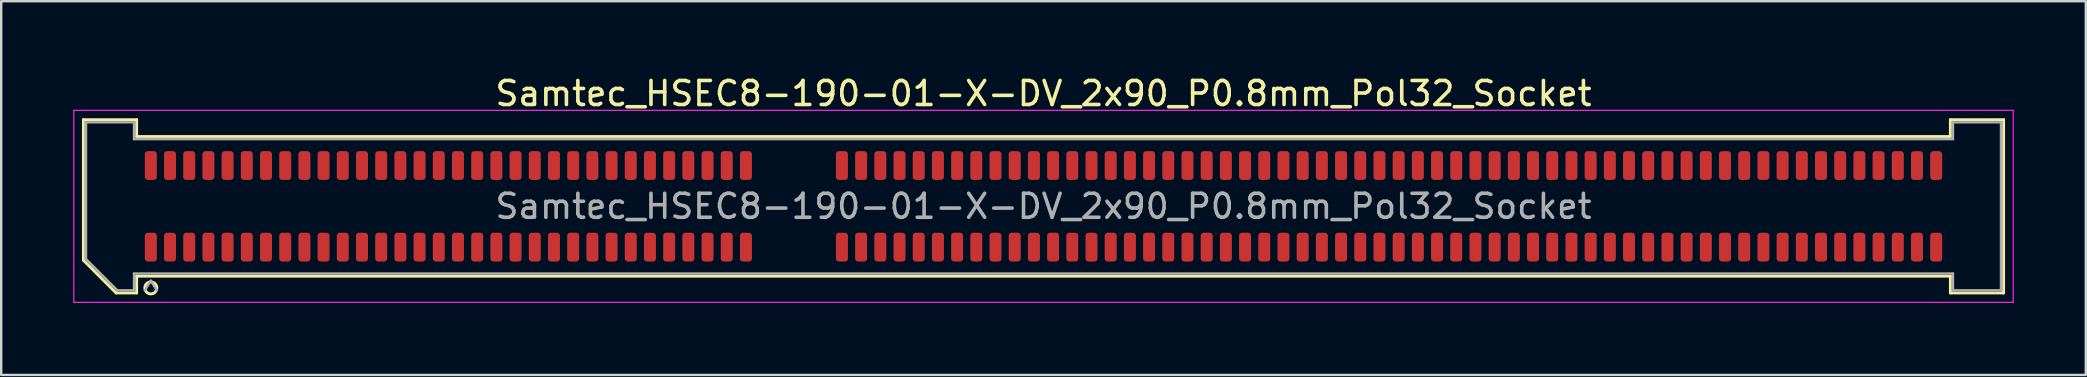
<source format=kicad_pcb>
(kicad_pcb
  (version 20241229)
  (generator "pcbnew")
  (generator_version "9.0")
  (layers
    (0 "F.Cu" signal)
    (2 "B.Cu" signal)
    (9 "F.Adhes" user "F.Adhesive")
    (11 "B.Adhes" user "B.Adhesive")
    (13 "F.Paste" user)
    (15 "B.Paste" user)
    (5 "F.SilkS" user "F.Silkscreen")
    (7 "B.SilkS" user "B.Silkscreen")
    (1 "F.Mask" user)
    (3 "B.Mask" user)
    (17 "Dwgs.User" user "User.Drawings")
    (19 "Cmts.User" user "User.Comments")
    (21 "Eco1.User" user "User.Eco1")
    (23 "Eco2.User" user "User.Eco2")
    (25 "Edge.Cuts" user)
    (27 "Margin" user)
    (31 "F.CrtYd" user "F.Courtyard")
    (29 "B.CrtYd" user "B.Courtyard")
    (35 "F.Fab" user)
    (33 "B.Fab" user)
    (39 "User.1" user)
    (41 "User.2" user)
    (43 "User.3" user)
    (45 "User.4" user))
  (footprint "Samtec_HSEC8-190-01-X-DV_2x90_P0.8mm_Pol32_Socket"
    (layer "F.Cu")
    (at 40.435 5.548)
    (property "Reference" "Samtec_HSEC8-190-01-X-DV_2x90_P0.8mm_Pol32_Socket" (at 0 -4.7 0) (layer "F.SilkS") (effects (font (size 1 1) (thickness 0.15))))
    (attr smd)
    (fp_line (start -40.01 -3.61) (end -37.79 -3.61) (stroke (width 0.12) (type solid)) (layer "F.SilkS"))
    (fp_line (start -40.01 2.246) (end -40.01 -3.61) (stroke (width 0.12) (type solid)) (layer "F.SilkS"))
    (fp_line (start -38.646 3.61) (end -40.01 2.246) (stroke (width 0.12) (type solid)) (layer "F.SilkS"))
    (fp_line (start -37.79 -3.61) (end -37.79 -2.91) (stroke (width 0.12) (type solid)) (layer "F.SilkS"))
    (fp_line (start -37.79 -2.91) (end 37.79 -2.91) (stroke (width 0.12) (type solid)) (layer "F.SilkS"))
    (fp_line (start -37.79 2.91) (end -37.79 3.61) (stroke (width 0.12) (type solid)) (layer "F.SilkS"))
    (fp_line (start -37.79 3.61) (end -38.646 3.61) (stroke (width 0.12) (type solid)) (layer "F.SilkS"))
    (fp_line (start 37.79 -3.61) (end 40.01 -3.61) (stroke (width 0.12) (type solid)) (layer "F.SilkS"))
    (fp_line (start 37.79 -2.91) (end 37.79 -3.61) (stroke (width 0.12) (type solid)) (layer "F.SilkS"))
    (fp_line (start 37.79 2.91) (end -37.79 2.91) (stroke (width 0.12) (type solid)) (layer "F.SilkS"))
    (fp_line (start 37.79 3.61) (end 37.79 2.91) (stroke (width 0.12) (type solid)) (layer "F.SilkS"))
    (fp_line (start 40.01 -3.61) (end 40.01 3.61) (stroke (width 0.12) (type solid)) (layer "F.SilkS"))
    (fp_line (start 40.01 3.61) (end 37.79 3.61) (stroke (width 0.12) (type solid)) (layer "F.SilkS"))
    (fp_arc (start -36.95 3.4) (mid -37.45 3.4) (end -36.95 3.4) (stroke (width 0.12) (type solid)) (layer "F.SilkS"))
    (fp_line (start -40.41 -4) (end -40.41 4) (stroke (width 0.05) (type solid)) (layer "F.CrtYd"))
    (fp_line (start -40.41 4) (end 40.41 4) (stroke (width 0.05) (type solid)) (layer "F.CrtYd"))
    (fp_line (start 40.41 -4) (end -40.41 -4) (stroke (width 0.05) (type solid)) (layer "F.CrtYd"))
    (fp_line (start 40.41 4) (end 40.41 -4) (stroke (width 0.05) (type solid)) (layer "F.CrtYd"))
    (fp_line (start -39.9 -3.5) (end -37.9 -3.5) (stroke (width 0.1) (type solid)) (layer "F.Fab"))
    (fp_line (start -39.9 2.2) (end -39.9 -3.5) (stroke (width 0.1) (type solid)) (layer "F.Fab"))
    (fp_line (start -38.6 3.5) (end -39.9 2.2) (stroke (width 0.1) (type solid)) (layer "F.Fab"))
    (fp_line (start -37.9 -3.5) (end -37.9 -2.8) (stroke (width 0.1) (type solid)) (layer "F.Fab"))
    (fp_line (start -37.9 -2.8) (end 37.9 -2.8) (stroke (width 0.1) (type solid)) (layer "F.Fab"))
    (fp_line (start -37.9 2.8) (end -37.9 3.5) (stroke (width 0.1) (type solid)) (layer "F.Fab"))
    (fp_line (start -37.9 3.5) (end -38.6 3.5) (stroke (width 0.1) (type solid)) (layer "F.Fab"))
    (fp_line (start -37.2 3.1) (end -37.45 3.5) (stroke (width 0.1) (type solid)) (layer "F.Fab"))
    (fp_line (start -37.2 3.1) (end -36.95 3.5) (stroke (width 0.1) (type solid)) (layer "F.Fab"))
    (fp_line (start 37.9 -3.5) (end 39.9 -3.5) (stroke (width 0.1) (type solid)) (layer "F.Fab"))
    (fp_line (start 37.9 -2.8) (end 37.9 -3.5) (stroke (width 0.1) (type solid)) (layer "F.Fab"))
    (fp_line (start 37.9 2.8) (end -37.9 2.8) (stroke (width 0.1) (type solid)) (layer "F.Fab"))
    (fp_line (start 37.9 3.5) (end 37.9 2.8) (stroke (width 0.1) (type solid)) (layer "F.Fab"))
    (fp_line (start 39.9 -3.5) (end 39.9 3.5) (stroke (width 0.1) (type solid)) (layer "F.Fab"))
    (fp_line (start 39.9 3.5) (end 37.9 3.5) (stroke (width 0.1) (type solid)) (layer "F.Fab"))
    (fp_text user "${REFERENCE}" (at 0 0 0) (layer "F.Fab") (effects (font (size 1 1) (thickness 0.15))))
    (pad "1" smd roundrect (at -37.2 1.7) (size 0.5 1.2) (layers "F.Cu" "F.Mask" "F.Paste") (roundrect_rratio 0.25))
    (pad "2" smd roundrect (at -37.2 -1.7) (size 0.5 1.2) (layers "F.Cu" "F.Mask" "F.Paste") (roundrect_rratio 0.25))
    (pad "3" smd roundrect (at -36.4 1.7) (size 0.5 1.2) (layers "F.Cu" "F.Mask" "F.Paste") (roundrect_rratio 0.25))
    (pad "4" smd roundrect (at -36.4 -1.7) (size 0.5 1.2) (layers "F.Cu" "F.Mask" "F.Paste") (roundrect_rratio 0.25))
    (pad "5" smd roundrect (at -35.6 1.7) (size 0.5 1.2) (layers "F.Cu" "F.Mask" "F.Paste") (roundrect_rratio 0.25))
    (pad "6" smd roundrect (at -35.6 -1.7) (size 0.5 1.2) (layers "F.Cu" "F.Mask" "F.Paste") (roundrect_rratio 0.25))
    (pad "7" smd roundrect (at -34.8 1.7) (size 0.5 1.2) (layers "F.Cu" "F.Mask" "F.Paste") (roundrect_rratio 0.25))
    (pad "8" smd roundrect (at -34.8 -1.7) (size 0.5 1.2) (layers "F.Cu" "F.Mask" "F.Paste") (roundrect_rratio 0.25))
    (pad "9" smd roundrect (at -34 1.7) (size 0.5 1.2) (layers "F.Cu" "F.Mask" "F.Paste") (roundrect_rratio 0.25))
    (pad "10" smd roundrect (at -34 -1.7) (size 0.5 1.2) (layers "F.Cu" "F.Mask" "F.Paste") (roundrect_rratio 0.25))
    (pad "11" smd roundrect (at -33.2 1.7) (size 0.5 1.2) (layers "F.Cu" "F.Mask" "F.Paste") (roundrect_rratio 0.25))
    (pad "12" smd roundrect (at -33.2 -1.7) (size 0.5 1.2) (layers "F.Cu" "F.Mask" "F.Paste") (roundrect_rratio 0.25))
    (pad "13" smd roundrect (at -32.4 1.7) (size 0.5 1.2) (layers "F.Cu" "F.Mask" "F.Paste") (roundrect_rratio 0.25))
    (pad "14" smd roundrect (at -32.4 -1.7) (size 0.5 1.2) (layers "F.Cu" "F.Mask" "F.Paste") (roundrect_rratio 0.25))
    (pad "15" smd roundrect (at -31.6 1.7) (size 0.5 1.2) (layers "F.Cu" "F.Mask" "F.Paste") (roundrect_rratio 0.25))
    (pad "16" smd roundrect (at -31.6 -1.7) (size 0.5 1.2) (layers "F.Cu" "F.Mask" "F.Paste") (roundrect_rratio 0.25))
    (pad "17" smd roundrect (at -30.8 1.7) (size 0.5 1.2) (layers "F.Cu" "F.Mask" "F.Paste") (roundrect_rratio 0.25))
    (pad "18" smd roundrect (at -30.8 -1.7) (size 0.5 1.2) (layers "F.Cu" "F.Mask" "F.Paste") (roundrect_rratio 0.25))
    (pad "19" smd roundrect (at -30 1.7) (size 0.5 1.2) (layers "F.Cu" "F.Mask" "F.Paste") (roundrect_rratio 0.25))
    (pad "20" smd roundrect (at -30 -1.7) (size 0.5 1.2) (layers "F.Cu" "F.Mask" "F.Paste") (roundrect_rratio 0.25))
    (pad "21" smd roundrect (at -29.2 1.7) (size 0.5 1.2) (layers "F.Cu" "F.Mask" "F.Paste") (roundrect_rratio 0.25))
    (pad "22" smd roundrect (at -29.2 -1.7) (size 0.5 1.2) (layers "F.Cu" "F.Mask" "F.Paste") (roundrect_rratio 0.25))
    (pad "23" smd roundrect (at -28.4 1.7) (size 0.5 1.2) (layers "F.Cu" "F.Mask" "F.Paste") (roundrect_rratio 0.25))
    (pad "24" smd roundrect (at -28.4 -1.7) (size 0.5 1.2) (layers "F.Cu" "F.Mask" "F.Paste") (roundrect_rratio 0.25))
    (pad "25" smd roundrect (at -27.6 1.7) (size 0.5 1.2) (layers "F.Cu" "F.Mask" "F.Paste") (roundrect_rratio 0.25))
    (pad "26" smd roundrect (at -27.6 -1.7) (size 0.5 1.2) (layers "F.Cu" "F.Mask" "F.Paste") (roundrect_rratio 0.25))
    (pad "27" smd roundrect (at -26.8 1.7) (size 0.5 1.2) (layers "F.Cu" "F.Mask" "F.Paste") (roundrect_rratio 0.25))
    (pad "28" smd roundrect (at -26.8 -1.7) (size 0.5 1.2) (layers "F.Cu" "F.Mask" "F.Paste") (roundrect_rratio 0.25))
    (pad "29" smd roundrect (at -26 1.7) (size 0.5 1.2) (layers "F.Cu" "F.Mask" "F.Paste") (roundrect_rratio 0.25))
    (pad "30" smd roundrect (at -26 -1.7) (size 0.5 1.2) (layers "F.Cu" "F.Mask" "F.Paste") (roundrect_rratio 0.25))
    (pad "31" smd roundrect (at -25.2 1.7) (size 0.5 1.2) (layers "F.Cu" "F.Mask" "F.Paste") (roundrect_rratio 0.25))
    (pad "32" smd roundrect (at -25.2 -1.7) (size 0.5 1.2) (layers "F.Cu" "F.Mask" "F.Paste") (roundrect_rratio 0.25))
    (pad "33" smd roundrect (at -24.4 1.7) (size 0.5 1.2) (layers "F.Cu" "F.Mask" "F.Paste") (roundrect_rratio 0.25))
    (pad "34" smd roundrect (at -24.4 -1.7) (size 0.5 1.2) (layers "F.Cu" "F.Mask" "F.Paste") (roundrect_rratio 0.25))
    (pad "35" smd roundrect (at -23.6 1.7) (size 0.5 1.2) (layers "F.Cu" "F.Mask" "F.Paste") (roundrect_rratio 0.25))
    (pad "36" smd roundrect (at -23.6 -1.7) (size 0.5 1.2) (layers "F.Cu" "F.Mask" "F.Paste") (roundrect_rratio 0.25))
    (pad "37" smd roundrect (at -22.8 1.7) (size 0.5 1.2) (layers "F.Cu" "F.Mask" "F.Paste") (roundrect_rratio 0.25))
    (pad "38" smd roundrect (at -22.8 -1.7) (size 0.5 1.2) (layers "F.Cu" "F.Mask" "F.Paste") (roundrect_rratio 0.25))
    (pad "39" smd roundrect (at -22 1.7) (size 0.5 1.2) (layers "F.Cu" "F.Mask" "F.Paste") (roundrect_rratio 0.25))
    (pad "40" smd roundrect (at -22 -1.7) (size 0.5 1.2) (layers "F.Cu" "F.Mask" "F.Paste") (roundrect_rratio 0.25))
    (pad "41" smd roundrect (at -21.2 1.7) (size 0.5 1.2) (layers "F.Cu" "F.Mask" "F.Paste") (roundrect_rratio 0.25))
    (pad "42" smd roundrect (at -21.2 -1.7) (size 0.5 1.2) (layers "F.Cu" "F.Mask" "F.Paste") (roundrect_rratio 0.25))
    (pad "43" smd roundrect (at -20.4 1.7) (size 0.5 1.2) (layers "F.Cu" "F.Mask" "F.Paste") (roundrect_rratio 0.25))
    (pad "44" smd roundrect (at -20.4 -1.7) (size 0.5 1.2) (layers "F.Cu" "F.Mask" "F.Paste") (roundrect_rratio 0.25))
    (pad "45" smd roundrect (at -19.6 1.7) (size 0.5 1.2) (layers "F.Cu" "F.Mask" "F.Paste") (roundrect_rratio 0.25))
    (pad "46" smd roundrect (at -19.6 -1.7) (size 0.5 1.2) (layers "F.Cu" "F.Mask" "F.Paste") (roundrect_rratio 0.25))
    (pad "47" smd roundrect (at -18.8 1.7) (size 0.5 1.2) (layers "F.Cu" "F.Mask" "F.Paste") (roundrect_rratio 0.25))
    (pad "48" smd roundrect (at -18.8 -1.7) (size 0.5 1.2) (layers "F.Cu" "F.Mask" "F.Paste") (roundrect_rratio 0.25))
    (pad "49" smd roundrect (at -18 1.7) (size 0.5 1.2) (layers "F.Cu" "F.Mask" "F.Paste") (roundrect_rratio 0.25))
    (pad "50" smd roundrect (at -18 -1.7) (size 0.5 1.2) (layers "F.Cu" "F.Mask" "F.Paste") (roundrect_rratio 0.25))
    (pad "51" smd roundrect (at -17.2 1.7) (size 0.5 1.2) (layers "F.Cu" "F.Mask" "F.Paste") (roundrect_rratio 0.25))
    (pad "52" smd roundrect (at -17.2 -1.7) (size 0.5 1.2) (layers "F.Cu" "F.Mask" "F.Paste") (roundrect_rratio 0.25))
    (pad "53" smd roundrect (at -16.4 1.7) (size 0.5 1.2) (layers "F.Cu" "F.Mask" "F.Paste") (roundrect_rratio 0.25))
    (pad "54" smd roundrect (at -16.4 -1.7) (size 0.5 1.2) (layers "F.Cu" "F.Mask" "F.Paste") (roundrect_rratio 0.25))
    (pad "55" smd roundrect (at -15.6 1.7) (size 0.5 1.2) (layers "F.Cu" "F.Mask" "F.Paste") (roundrect_rratio 0.25))
    (pad "56" smd roundrect (at -15.6 -1.7) (size 0.5 1.2) (layers "F.Cu" "F.Mask" "F.Paste") (roundrect_rratio 0.25))
    (pad "57" smd roundrect (at -14.8 1.7) (size 0.5 1.2) (layers "F.Cu" "F.Mask" "F.Paste") (roundrect_rratio 0.25))
    (pad "58" smd roundrect (at -14.8 -1.7) (size 0.5 1.2) (layers "F.Cu" "F.Mask" "F.Paste") (roundrect_rratio 0.25))
    (pad "59" smd roundrect (at -14 1.7) (size 0.5 1.2) (layers "F.Cu" "F.Mask" "F.Paste") (roundrect_rratio 0.25))
    (pad "60" smd roundrect (at -14 -1.7) (size 0.5 1.2) (layers "F.Cu" "F.Mask" "F.Paste") (roundrect_rratio 0.25))
    (pad "61" smd roundrect (at -13.2 1.7) (size 0.5 1.2) (layers "F.Cu" "F.Mask" "F.Paste") (roundrect_rratio 0.25))
    (pad "62" smd roundrect (at -13.2 -1.7) (size 0.5 1.2) (layers "F.Cu" "F.Mask" "F.Paste") (roundrect_rratio 0.25))
    (pad "63" smd roundrect (at -12.4 1.7) (size 0.5 1.2) (layers "F.Cu" "F.Mask" "F.Paste") (roundrect_rratio 0.25))
    (pad "64" smd roundrect (at -12.4 -1.7) (size 0.5 1.2) (layers "F.Cu" "F.Mask" "F.Paste") (roundrect_rratio 0.25))
    (pad "65" smd roundrect (at -8.4 1.7) (size 0.5 1.2) (layers "F.Cu" "F.Mask" "F.Paste") (roundrect_rratio 0.25))
    (pad "66" smd roundrect (at -8.4 -1.7) (size 0.5 1.2) (layers "F.Cu" "F.Mask" "F.Paste") (roundrect_rratio 0.25))
    (pad "67" smd roundrect (at -7.6 1.7) (size 0.5 1.2) (layers "F.Cu" "F.Mask" "F.Paste") (roundrect_rratio 0.25))
    (pad "68" smd roundrect (at -7.6 -1.7) (size 0.5 1.2) (layers "F.Cu" "F.Mask" "F.Paste") (roundrect_rratio 0.25))
    (pad "69" smd roundrect (at -6.8 1.7) (size 0.5 1.2) (layers "F.Cu" "F.Mask" "F.Paste") (roundrect_rratio 0.25))
    (pad "70" smd roundrect (at -6.8 -1.7) (size 0.5 1.2) (layers "F.Cu" "F.Mask" "F.Paste") (roundrect_rratio 0.25))
    (pad "71" smd roundrect (at -6 1.7) (size 0.5 1.2) (layers "F.Cu" "F.Mask" "F.Paste") (roundrect_rratio 0.25))
    (pad "72" smd roundrect (at -6 -1.7) (size 0.5 1.2) (layers "F.Cu" "F.Mask" "F.Paste") (roundrect_rratio 0.25))
    (pad "73" smd roundrect (at -5.2 1.7) (size 0.5 1.2) (layers "F.Cu" "F.Mask" "F.Paste") (roundrect_rratio 0.25))
    (pad "74" smd roundrect (at -5.2 -1.7) (size 0.5 1.2) (layers "F.Cu" "F.Mask" "F.Paste") (roundrect_rratio 0.25))
    (pad "75" smd roundrect (at -4.4 1.7) (size 0.5 1.2) (layers "F.Cu" "F.Mask" "F.Paste") (roundrect_rratio 0.25))
    (pad "76" smd roundrect (at -4.4 -1.7) (size 0.5 1.2) (layers "F.Cu" "F.Mask" "F.Paste") (roundrect_rratio 0.25))
    (pad "77" smd roundrect (at -3.6 1.7) (size 0.5 1.2) (layers "F.Cu" "F.Mask" "F.Paste") (roundrect_rratio 0.25))
    (pad "78" smd roundrect (at -3.6 -1.7) (size 0.5 1.2) (layers "F.Cu" "F.Mask" "F.Paste") (roundrect_rratio 0.25))
    (pad "79" smd roundrect (at -2.8 1.7) (size 0.5 1.2) (layers "F.Cu" "F.Mask" "F.Paste") (roundrect_rratio 0.25))
    (pad "80" smd roundrect (at -2.8 -1.7) (size 0.5 1.2) (layers "F.Cu" "F.Mask" "F.Paste") (roundrect_rratio 0.25))
    (pad "81" smd roundrect (at -2 1.7) (size 0.5 1.2) (layers "F.Cu" "F.Mask" "F.Paste") (roundrect_rratio 0.25))
    (pad "82" smd roundrect (at -2 -1.7) (size 0.5 1.2) (layers "F.Cu" "F.Mask" "F.Paste") (roundrect_rratio 0.25))
    (pad "83" smd roundrect (at -1.2 1.7) (size 0.5 1.2) (layers "F.Cu" "F.Mask" "F.Paste") (roundrect_rratio 0.25))
    (pad "84" smd roundrect (at -1.2 -1.7) (size 0.5 1.2) (layers "F.Cu" "F.Mask" "F.Paste") (roundrect_rratio 0.25))
    (pad "85" smd roundrect (at -0.4 1.7) (size 0.5 1.2) (layers "F.Cu" "F.Mask" "F.Paste") (roundrect_rratio 0.25))
    (pad "86" smd roundrect (at -0.4 -1.7) (size 0.5 1.2) (layers "F.Cu" "F.Mask" "F.Paste") (roundrect_rratio 0.25))
    (pad "87" smd roundrect (at 0.4 1.7) (size 0.5 1.2) (layers "F.Cu" "F.Mask" "F.Paste") (roundrect_rratio 0.25))
    (pad "88" smd roundrect (at 0.4 -1.7) (size 0.5 1.2) (layers "F.Cu" "F.Mask" "F.Paste") (roundrect_rratio 0.25))
    (pad "89" smd roundrect (at 1.2 1.7) (size 0.5 1.2) (layers "F.Cu" "F.Mask" "F.Paste") (roundrect_rratio 0.25))
    (pad "90" smd roundrect (at 1.2 -1.7) (size 0.5 1.2) (layers "F.Cu" "F.Mask" "F.Paste") (roundrect_rratio 0.25))
    (pad "91" smd roundrect (at 2 1.7) (size 0.5 1.2) (layers "F.Cu" "F.Mask" "F.Paste") (roundrect_rratio 0.25))
    (pad "92" smd roundrect (at 2 -1.7) (size 0.5 1.2) (layers "F.Cu" "F.Mask" "F.Paste") (roundrect_rratio 0.25))
    (pad "93" smd roundrect (at 2.8 1.7) (size 0.5 1.2) (layers "F.Cu" "F.Mask" "F.Paste") (roundrect_rratio 0.25))
    (pad "94" smd roundrect (at 2.8 -1.7) (size 0.5 1.2) (layers "F.Cu" "F.Mask" "F.Paste") (roundrect_rratio 0.25))
    (pad "95" smd roundrect (at 3.6 1.7) (size 0.5 1.2) (layers "F.Cu" "F.Mask" "F.Paste") (roundrect_rratio 0.25))
    (pad "96" smd roundrect (at 3.6 -1.7) (size 0.5 1.2) (layers "F.Cu" "F.Mask" "F.Paste") (roundrect_rratio 0.25))
    (pad "97" smd roundrect (at 4.4 1.7) (size 0.5 1.2) (layers "F.Cu" "F.Mask" "F.Paste") (roundrect_rratio 0.25))
    (pad "98" smd roundrect (at 4.4 -1.7) (size 0.5 1.2) (layers "F.Cu" "F.Mask" "F.Paste") (roundrect_rratio 0.25))
    (pad "99" smd roundrect (at 5.2 1.7) (size 0.5 1.2) (layers "F.Cu" "F.Mask" "F.Paste") (roundrect_rratio 0.25))
    (pad "100" smd roundrect (at 5.2 -1.7) (size 0.5 1.2) (layers "F.Cu" "F.Mask" "F.Paste") (roundrect_rratio 0.25))
    (pad "101" smd roundrect (at 6 1.7) (size 0.5 1.2) (layers "F.Cu" "F.Mask" "F.Paste") (roundrect_rratio 0.25))
    (pad "102" smd roundrect (at 6 -1.7) (size 0.5 1.2) (layers "F.Cu" "F.Mask" "F.Paste") (roundrect_rratio 0.25))
    (pad "103" smd roundrect (at 6.8 1.7) (size 0.5 1.2) (layers "F.Cu" "F.Mask" "F.Paste") (roundrect_rratio 0.25))
    (pad "104" smd roundrect (at 6.8 -1.7) (size 0.5 1.2) (layers "F.Cu" "F.Mask" "F.Paste") (roundrect_rratio 0.25))
    (pad "105" smd roundrect (at 7.6 1.7) (size 0.5 1.2) (layers "F.Cu" "F.Mask" "F.Paste") (roundrect_rratio 0.25))
    (pad "106" smd roundrect (at 7.6 -1.7) (size 0.5 1.2) (layers "F.Cu" "F.Mask" "F.Paste") (roundrect_rratio 0.25))
    (pad "107" smd roundrect (at 8.4 1.7) (size 0.5 1.2) (layers "F.Cu" "F.Mask" "F.Paste") (roundrect_rratio 0.25))
    (pad "108" smd roundrect (at 8.4 -1.7) (size 0.5 1.2) (layers "F.Cu" "F.Mask" "F.Paste") (roundrect_rratio 0.25))
    (pad "109" smd roundrect (at 9.2 1.7) (size 0.5 1.2) (layers "F.Cu" "F.Mask" "F.Paste") (roundrect_rratio 0.25))
    (pad "110" smd roundrect (at 9.2 -1.7) (size 0.5 1.2) (layers "F.Cu" "F.Mask" "F.Paste") (roundrect_rratio 0.25))
    (pad "111" smd roundrect (at 10 1.7) (size 0.5 1.2) (layers "F.Cu" "F.Mask" "F.Paste") (roundrect_rratio 0.25))
    (pad "112" smd roundrect (at 10 -1.7) (size 0.5 1.2) (layers "F.Cu" "F.Mask" "F.Paste") (roundrect_rratio 0.25))
    (pad "113" smd roundrect (at 10.8 1.7) (size 0.5 1.2) (layers "F.Cu" "F.Mask" "F.Paste") (roundrect_rratio 0.25))
    (pad "114" smd roundrect (at 10.8 -1.7) (size 0.5 1.2) (layers "F.Cu" "F.Mask" "F.Paste") (roundrect_rratio 0.25))
    (pad "115" smd roundrect (at 11.6 1.7) (size 0.5 1.2) (layers "F.Cu" "F.Mask" "F.Paste") (roundrect_rratio 0.25))
    (pad "116" smd roundrect (at 11.6 -1.7) (size 0.5 1.2) (layers "F.Cu" "F.Mask" "F.Paste") (roundrect_rratio 0.25))
    (pad "117" smd roundrect (at 12.4 1.7) (size 0.5 1.2) (layers "F.Cu" "F.Mask" "F.Paste") (roundrect_rratio 0.25))
    (pad "118" smd roundrect (at 12.4 -1.7) (size 0.5 1.2) (layers "F.Cu" "F.Mask" "F.Paste") (roundrect_rratio 0.25))
    (pad "119" smd roundrect (at 13.2 1.7) (size 0.5 1.2) (layers "F.Cu" "F.Mask" "F.Paste") (roundrect_rratio 0.25))
    (pad "120" smd roundrect (at 13.2 -1.7) (size 0.5 1.2) (layers "F.Cu" "F.Mask" "F.Paste") (roundrect_rratio 0.25))
    (pad "121" smd roundrect (at 14 1.7) (size 0.5 1.2) (layers "F.Cu" "F.Mask" "F.Paste") (roundrect_rratio 0.25))
    (pad "122" smd roundrect (at 14 -1.7) (size 0.5 1.2) (layers "F.Cu" "F.Mask" "F.Paste") (roundrect_rratio 0.25))
    (pad "123" smd roundrect (at 14.8 1.7) (size 0.5 1.2) (layers "F.Cu" "F.Mask" "F.Paste") (roundrect_rratio 0.25))
    (pad "124" smd roundrect (at 14.8 -1.7) (size 0.5 1.2) (layers "F.Cu" "F.Mask" "F.Paste") (roundrect_rratio 0.25))
    (pad "125" smd roundrect (at 15.6 1.7) (size 0.5 1.2) (layers "F.Cu" "F.Mask" "F.Paste") (roundrect_rratio 0.25))
    (pad "126" smd roundrect (at 15.6 -1.7) (size 0.5 1.2) (layers "F.Cu" "F.Mask" "F.Paste") (roundrect_rratio 0.25))
    (pad "127" smd roundrect (at 16.4 1.7) (size 0.5 1.2) (layers "F.Cu" "F.Mask" "F.Paste") (roundrect_rratio 0.25))
    (pad "128" smd roundrect (at 16.4 -1.7) (size 0.5 1.2) (layers "F.Cu" "F.Mask" "F.Paste") (roundrect_rratio 0.25))
    (pad "129" smd roundrect (at 17.2 1.7) (size 0.5 1.2) (layers "F.Cu" "F.Mask" "F.Paste") (roundrect_rratio 0.25))
    (pad "130" smd roundrect (at 17.2 -1.7) (size 0.5 1.2) (layers "F.Cu" "F.Mask" "F.Paste") (roundrect_rratio 0.25))
    (pad "131" smd roundrect (at 18 1.7) (size 0.5 1.2) (layers "F.Cu" "F.Mask" "F.Paste") (roundrect_rratio 0.25))
    (pad "132" smd roundrect (at 18 -1.7) (size 0.5 1.2) (layers "F.Cu" "F.Mask" "F.Paste") (roundrect_rratio 0.25))
    (pad "133" smd roundrect (at 18.8 1.7) (size 0.5 1.2) (layers "F.Cu" "F.Mask" "F.Paste") (roundrect_rratio 0.25))
    (pad "134" smd roundrect (at 18.8 -1.7) (size 0.5 1.2) (layers "F.Cu" "F.Mask" "F.Paste") (roundrect_rratio 0.25))
    (pad "135" smd roundrect (at 19.6 1.7) (size 0.5 1.2) (layers "F.Cu" "F.Mask" "F.Paste") (roundrect_rratio 0.25))
    (pad "136" smd roundrect (at 19.6 -1.7) (size 0.5 1.2) (layers "F.Cu" "F.Mask" "F.Paste") (roundrect_rratio 0.25))
    (pad "137" smd roundrect (at 20.4 1.7) (size 0.5 1.2) (layers "F.Cu" "F.Mask" "F.Paste") (roundrect_rratio 0.25))
    (pad "138" smd roundrect (at 20.4 -1.7) (size 0.5 1.2) (layers "F.Cu" "F.Mask" "F.Paste") (roundrect_rratio 0.25))
    (pad "139" smd roundrect (at 21.2 1.7) (size 0.5 1.2) (layers "F.Cu" "F.Mask" "F.Paste") (roundrect_rratio 0.25))
    (pad "140" smd roundrect (at 21.2 -1.7) (size 0.5 1.2) (layers "F.Cu" "F.Mask" "F.Paste") (roundrect_rratio 0.25))
    (pad "141" smd roundrect (at 22 1.7) (size 0.5 1.2) (layers "F.Cu" "F.Mask" "F.Paste") (roundrect_rratio 0.25))
    (pad "142" smd roundrect (at 22 -1.7) (size 0.5 1.2) (layers "F.Cu" "F.Mask" "F.Paste") (roundrect_rratio 0.25))
    (pad "143" smd roundrect (at 22.8 1.7) (size 0.5 1.2) (layers "F.Cu" "F.Mask" "F.Paste") (roundrect_rratio 0.25))
    (pad "144" smd roundrect (at 22.8 -1.7) (size 0.5 1.2) (layers "F.Cu" "F.Mask" "F.Paste") (roundrect_rratio 0.25))
    (pad "145" smd roundrect (at 23.6 1.7) (size 0.5 1.2) (layers "F.Cu" "F.Mask" "F.Paste") (roundrect_rratio 0.25))
    (pad "146" smd roundrect (at 23.6 -1.7) (size 0.5 1.2) (layers "F.Cu" "F.Mask" "F.Paste") (roundrect_rratio 0.25))
    (pad "147" smd roundrect (at 24.4 1.7) (size 0.5 1.2) (layers "F.Cu" "F.Mask" "F.Paste") (roundrect_rratio 0.25))
    (pad "148" smd roundrect (at 24.4 -1.7) (size 0.5 1.2) (layers "F.Cu" "F.Mask" "F.Paste") (roundrect_rratio 0.25))
    (pad "149" smd roundrect (at 25.2 1.7) (size 0.5 1.2) (layers "F.Cu" "F.Mask" "F.Paste") (roundrect_rratio 0.25))
    (pad "150" smd roundrect (at 25.2 -1.7) (size 0.5 1.2) (layers "F.Cu" "F.Mask" "F.Paste") (roundrect_rratio 0.25))
    (pad "151" smd roundrect (at 26 1.7) (size 0.5 1.2) (layers "F.Cu" "F.Mask" "F.Paste") (roundrect_rratio 0.25))
    (pad "152" smd roundrect (at 26 -1.7) (size 0.5 1.2) (layers "F.Cu" "F.Mask" "F.Paste") (roundrect_rratio 0.25))
    (pad "153" smd roundrect (at 26.8 1.7) (size 0.5 1.2) (layers "F.Cu" "F.Mask" "F.Paste") (roundrect_rratio 0.25))
    (pad "154" smd roundrect (at 26.8 -1.7) (size 0.5 1.2) (layers "F.Cu" "F.Mask" "F.Paste") (roundrect_rratio 0.25))
    (pad "155" smd roundrect (at 27.6 1.7) (size 0.5 1.2) (layers "F.Cu" "F.Mask" "F.Paste") (roundrect_rratio 0.25))
    (pad "156" smd roundrect (at 27.6 -1.7) (size 0.5 1.2) (layers "F.Cu" "F.Mask" "F.Paste") (roundrect_rratio 0.25))
    (pad "157" smd roundrect (at 28.4 1.7) (size 0.5 1.2) (layers "F.Cu" "F.Mask" "F.Paste") (roundrect_rratio 0.25))
    (pad "158" smd roundrect (at 28.4 -1.7) (size 0.5 1.2) (layers "F.Cu" "F.Mask" "F.Paste") (roundrect_rratio 0.25))
    (pad "159" smd roundrect (at 29.2 1.7) (size 0.5 1.2) (layers "F.Cu" "F.Mask" "F.Paste") (roundrect_rratio 0.25))
    (pad "160" smd roundrect (at 29.2 -1.7) (size 0.5 1.2) (layers "F.Cu" "F.Mask" "F.Paste") (roundrect_rratio 0.25))
    (pad "161" smd roundrect (at 30 1.7) (size 0.5 1.2) (layers "F.Cu" "F.Mask" "F.Paste") (roundrect_rratio 0.25))
    (pad "162" smd roundrect (at 30 -1.7) (size 0.5 1.2) (layers "F.Cu" "F.Mask" "F.Paste") (roundrect_rratio 0.25))
    (pad "163" smd roundrect (at 30.8 1.7) (size 0.5 1.2) (layers "F.Cu" "F.Mask" "F.Paste") (roundrect_rratio 0.25))
    (pad "164" smd roundrect (at 30.8 -1.7) (size 0.5 1.2) (layers "F.Cu" "F.Mask" "F.Paste") (roundrect_rratio 0.25))
    (pad "165" smd roundrect (at 31.6 1.7) (size 0.5 1.2) (layers "F.Cu" "F.Mask" "F.Paste") (roundrect_rratio 0.25))
    (pad "166" smd roundrect (at 31.6 -1.7) (size 0.5 1.2) (layers "F.Cu" "F.Mask" "F.Paste") (roundrect_rratio 0.25))
    (pad "167" smd roundrect (at 32.4 1.7) (size 0.5 1.2) (layers "F.Cu" "F.Mask" "F.Paste") (roundrect_rratio 0.25))
    (pad "168" smd roundrect (at 32.4 -1.7) (size 0.5 1.2) (layers "F.Cu" "F.Mask" "F.Paste") (roundrect_rratio 0.25))
    (pad "169" smd roundrect (at 33.2 1.7) (size 0.5 1.2) (layers "F.Cu" "F.Mask" "F.Paste") (roundrect_rratio 0.25))
    (pad "170" smd roundrect (at 33.2 -1.7) (size 0.5 1.2) (layers "F.Cu" "F.Mask" "F.Paste") (roundrect_rratio 0.25))
    (pad "171" smd roundrect (at 34 1.7) (size 0.5 1.2) (layers "F.Cu" "F.Mask" "F.Paste") (roundrect_rratio 0.25))
    (pad "172" smd roundrect (at 34 -1.7) (size 0.5 1.2) (layers "F.Cu" "F.Mask" "F.Paste") (roundrect_rratio 0.25))
    (pad "173" smd roundrect (at 34.8 1.7) (size 0.5 1.2) (layers "F.Cu" "F.Mask" "F.Paste") (roundrect_rratio 0.25))
    (pad "174" smd roundrect (at 34.8 -1.7) (size 0.5 1.2) (layers "F.Cu" "F.Mask" "F.Paste") (roundrect_rratio 0.25))
    (pad "175" smd roundrect (at 35.6 1.7) (size 0.5 1.2) (layers "F.Cu" "F.Mask" "F.Paste") (roundrect_rratio 0.25))
    (pad "176" smd roundrect (at 35.6 -1.7) (size 0.5 1.2) (layers "F.Cu" "F.Mask" "F.Paste") (roundrect_rratio 0.25))
    (pad "177" smd roundrect (at 36.4 1.7) (size 0.5 1.2) (layers "F.Cu" "F.Mask" "F.Paste") (roundrect_rratio 0.25))
    (pad "178" smd roundrect (at 36.4 -1.7) (size 0.5 1.2) (layers "F.Cu" "F.Mask" "F.Paste") (roundrect_rratio 0.25))
    (pad "179" smd roundrect (at 37.2 1.7) (size 0.5 1.2) (layers "F.Cu" "F.Mask" "F.Paste") (roundrect_rratio 0.25))
    (pad "180" smd roundrect (at 37.2 -1.7) (size 0.5 1.2) (layers "F.Cu" "F.Mask" "F.Paste") (roundrect_rratio 0.25)))
  (gr_rect
    (start -3 -3)
    (end 83.87 12.573)
    (stroke (width 0.1) (type default))
    (fill no)
    (layer "Edge.Cuts")))
</source>
